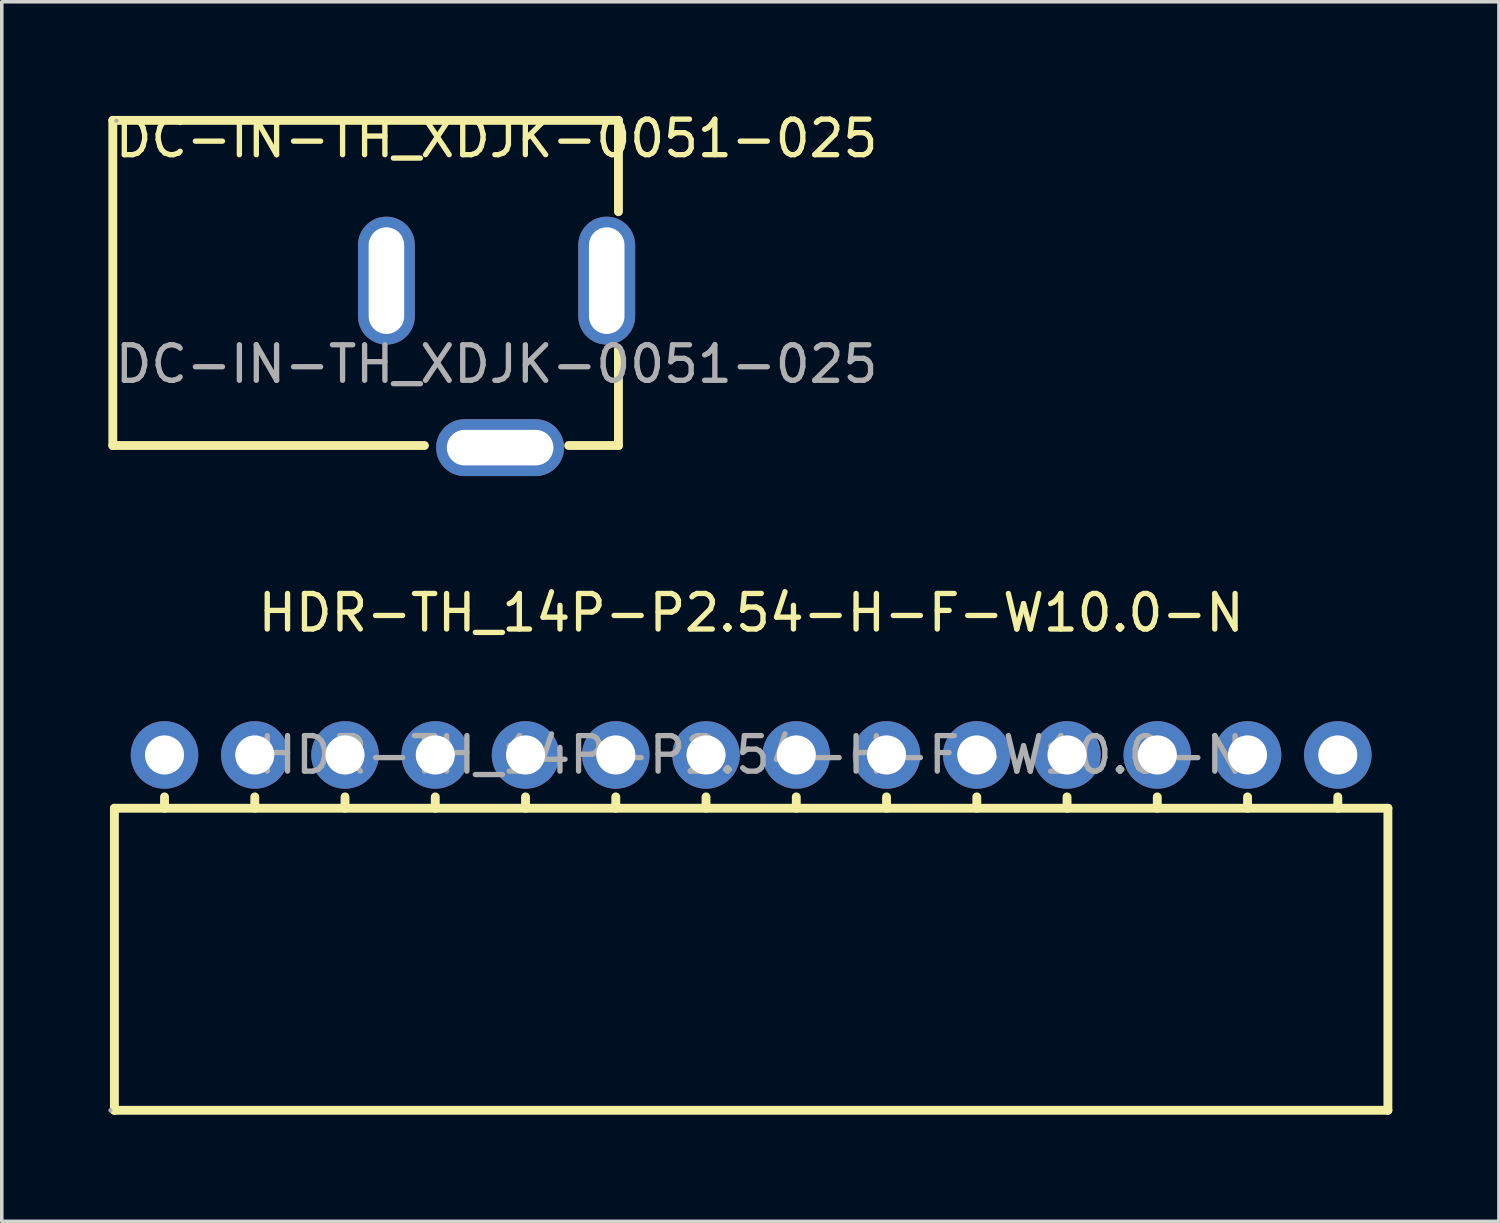
<source format=kicad_pcb>
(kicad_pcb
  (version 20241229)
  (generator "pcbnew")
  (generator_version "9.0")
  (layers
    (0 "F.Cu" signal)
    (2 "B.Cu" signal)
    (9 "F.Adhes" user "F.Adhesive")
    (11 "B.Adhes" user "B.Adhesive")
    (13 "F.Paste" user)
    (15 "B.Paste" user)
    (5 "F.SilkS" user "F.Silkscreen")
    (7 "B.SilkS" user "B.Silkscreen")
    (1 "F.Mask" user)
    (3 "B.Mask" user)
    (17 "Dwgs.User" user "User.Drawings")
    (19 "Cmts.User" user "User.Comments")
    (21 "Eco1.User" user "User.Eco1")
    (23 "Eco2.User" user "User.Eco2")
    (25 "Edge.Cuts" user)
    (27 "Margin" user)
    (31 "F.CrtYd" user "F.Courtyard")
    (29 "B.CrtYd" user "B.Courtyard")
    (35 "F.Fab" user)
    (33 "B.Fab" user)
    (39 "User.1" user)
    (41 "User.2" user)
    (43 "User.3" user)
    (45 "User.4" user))
  (footprint "DC-IN-TH_XDJK-0051-025"
    (layer "F.Cu")
    (at 10.925 7.198)
    (property "Reference" "DC-IN-TH_XDJK-0051-025" (at 0 -6.35 0) (layer "F.SilkS") (effects (font (size 1 1) (thickness 0.15))))
    (attr through_hole)
    (fp_line (start -10.8 -6.86) (end -10.8 2.29) (stroke (width 0.25) (type solid)) (layer "F.SilkS"))
    (fp_line (start -10.8 2.29) (end -2.03 2.29) (stroke (width 0.25) (type solid)) (layer "F.SilkS"))
    (fp_line (start 2.03 2.29) (end 3.43 2.29) (stroke (width 0.25) (type solid)) (layer "F.SilkS"))
    (fp_line (start 3.43 -6.86) (end -10.8 -6.86) (stroke (width 0.25) (type solid)) (layer "F.SilkS"))
    (fp_line (start 3.43 -4.29) (end 3.43 -6.86) (stroke (width 0.25) (type solid)) (layer "F.SilkS"))
    (fp_line (start 3.43 2.29) (end 3.43 -0.41) (stroke (width 0.25) (type solid)) (layer "F.SilkS"))
    (fp_circle (center -10.7 -6.85) (end -10.67 -6.85) (stroke (width 0.06) (type solid)) (fill no) (layer "F.Fab"))
    (fp_text user "${REFERENCE}" (at 0 0 0) (layer "F.Fab") (effects (font (size 1 1) (thickness 0.15))))
    (pad "1" thru_hole oval (at 3.1 -2.35) (size 1.6 3.6) (drill oval 1 3) (layers "*.Cu" "*.Mask"))
    (pad "2" thru_hole oval (at -3.1 -2.35 180) (size 1.6 3.6) (drill oval 1 3) (layers "*.Cu" "*.Mask"))
    (pad "3" thru_hole oval (at 0.1 2.35 180) (size 3.6 1.6) (drill oval 3 1) (layers "*.Cu" "*.Mask")))
  (footprint "HDR-TH_14P-P2.54-H-F-W10.0-N"
    (layer "F.Cu")
    (at 18.09 18.197)
    (property "Reference" "HDR-TH_14P-P2.54-H-F-W10.0-N" (at 0 -4 0) (layer "F.SilkS") (effects (font (size 1 1) (thickness 0.15))))
    (attr through_hole)
    (fp_line (start -17.92 1.5) (end -17.92 10) (stroke (width 0.25) (type solid)) (layer "F.SilkS"))
    (fp_line (start -17.92 1.5) (end 17.92 1.5) (stroke (width 0.25) (type solid)) (layer "F.SilkS"))
    (fp_line (start -17.92 10) (end 17.92 10) (stroke (width 0.25) (type solid)) (layer "F.SilkS"))
    (fp_line (start -16.51 1.5) (end -16.51 1.18) (stroke (width 0.25) (type solid)) (layer "F.SilkS"))
    (fp_line (start -13.97 1.18) (end -13.97 1.5) (stroke (width 0.25) (type solid)) (layer "F.SilkS"))
    (fp_line (start -11.43 1.18) (end -11.43 1.5) (stroke (width 0.25) (type solid)) (layer "F.SilkS"))
    (fp_line (start -8.89 1.18) (end -8.89 1.5) (stroke (width 0.25) (type solid)) (layer "F.SilkS"))
    (fp_line (start -6.35 1.18) (end -6.35 1.5) (stroke (width 0.25) (type solid)) (layer "F.SilkS"))
    (fp_line (start -3.81 1.18) (end -3.81 1.5) (stroke (width 0.25) (type solid)) (layer "F.SilkS"))
    (fp_line (start -1.27 1.18) (end -1.27 1.5) (stroke (width 0.25) (type solid)) (layer "F.SilkS"))
    (fp_line (start 1.27 1.18) (end 1.27 1.5) (stroke (width 0.25) (type solid)) (layer "F.SilkS"))
    (fp_line (start 3.81 1.18) (end 3.81 1.5) (stroke (width 0.25) (type solid)) (layer "F.SilkS"))
    (fp_line (start 6.35 1.18) (end 6.35 1.5) (stroke (width 0.25) (type solid)) (layer "F.SilkS"))
    (fp_line (start 8.89 1.18) (end 8.89 1.5) (stroke (width 0.25) (type solid)) (layer "F.SilkS"))
    (fp_line (start 11.43 1.18) (end 11.43 1.5) (stroke (width 0.25) (type solid)) (layer "F.SilkS"))
    (fp_line (start 13.97 1.18) (end 13.97 1.5) (stroke (width 0.25) (type solid)) (layer "F.SilkS"))
    (fp_line (start 16.51 1.18) (end 16.51 1.5) (stroke (width 0.25) (type solid)) (layer "F.SilkS"))
    (fp_line (start 17.92 10) (end 17.92 1.5) (stroke (width 0.25) (type solid)) (layer "F.SilkS"))
    (fp_circle (center -18.03 10) (end -18 10) (stroke (width 0.06) (type solid)) (fill no) (layer "F.Fab"))
    (fp_text user "${REFERENCE}" (at 0 0 0) (layer "F.Fab") (effects (font (size 1 1) (thickness 0.15))))
    (pad "1" thru_hole circle (at -16.51 0) (size 1.9 1.9) (drill 1.1) (layers "*.Cu" "*.Mask"))
    (pad "2" thru_hole circle (at -13.97 0) (size 1.9 1.9) (drill 1.1) (layers "*.Cu" "*.Mask"))
    (pad "3" thru_hole circle (at -11.43 0) (size 1.9 1.9) (drill 1.1) (layers "*.Cu" "*.Mask"))
    (pad "4" thru_hole circle (at -8.89 0) (size 1.9 1.9) (drill 1.1) (layers "*.Cu" "*.Mask"))
    (pad "5" thru_hole circle (at -6.35 0) (size 1.9 1.9) (drill 1.1) (layers "*.Cu" "*.Mask"))
    (pad "6" thru_hole circle (at -3.81 0) (size 1.9 1.9) (drill 1.1) (layers "*.Cu" "*.Mask"))
    (pad "7" thru_hole circle (at -1.27 0) (size 1.9 1.9) (drill 1.1) (layers "*.Cu" "*.Mask"))
    (pad "8" thru_hole circle (at 1.27 0) (size 1.9 1.9) (drill 1.1) (layers "*.Cu" "*.Mask"))
    (pad "9" thru_hole circle (at 3.81 0) (size 1.9 1.9) (drill 1.1) (layers "*.Cu" "*.Mask"))
    (pad "10" thru_hole circle (at 6.35 0) (size 1.9 1.9) (drill 1.1) (layers "*.Cu" "*.Mask"))
    (pad "11" thru_hole circle (at 8.89 0) (size 1.9 1.9) (drill 1.1) (layers "*.Cu" "*.Mask"))
    (pad "12" thru_hole circle (at 11.43 0) (size 1.9 1.9) (drill 1.1) (layers "*.Cu" "*.Mask"))
    (pad "13" thru_hole circle (at 13.97 0) (size 1.9 1.9) (drill 1.1) (layers "*.Cu" "*.Mask"))
    (pad "14" thru_hole circle (at 16.51 0) (size 1.9 1.9) (drill 1.1) (layers "*.Cu" "*.Mask")))
  (gr_rect
    (start -3 -3)
    (end 39.135 31.322)
    (stroke (width 0.1) (type default))
    (fill no)
    (layer "Edge.Cuts")))
</source>
